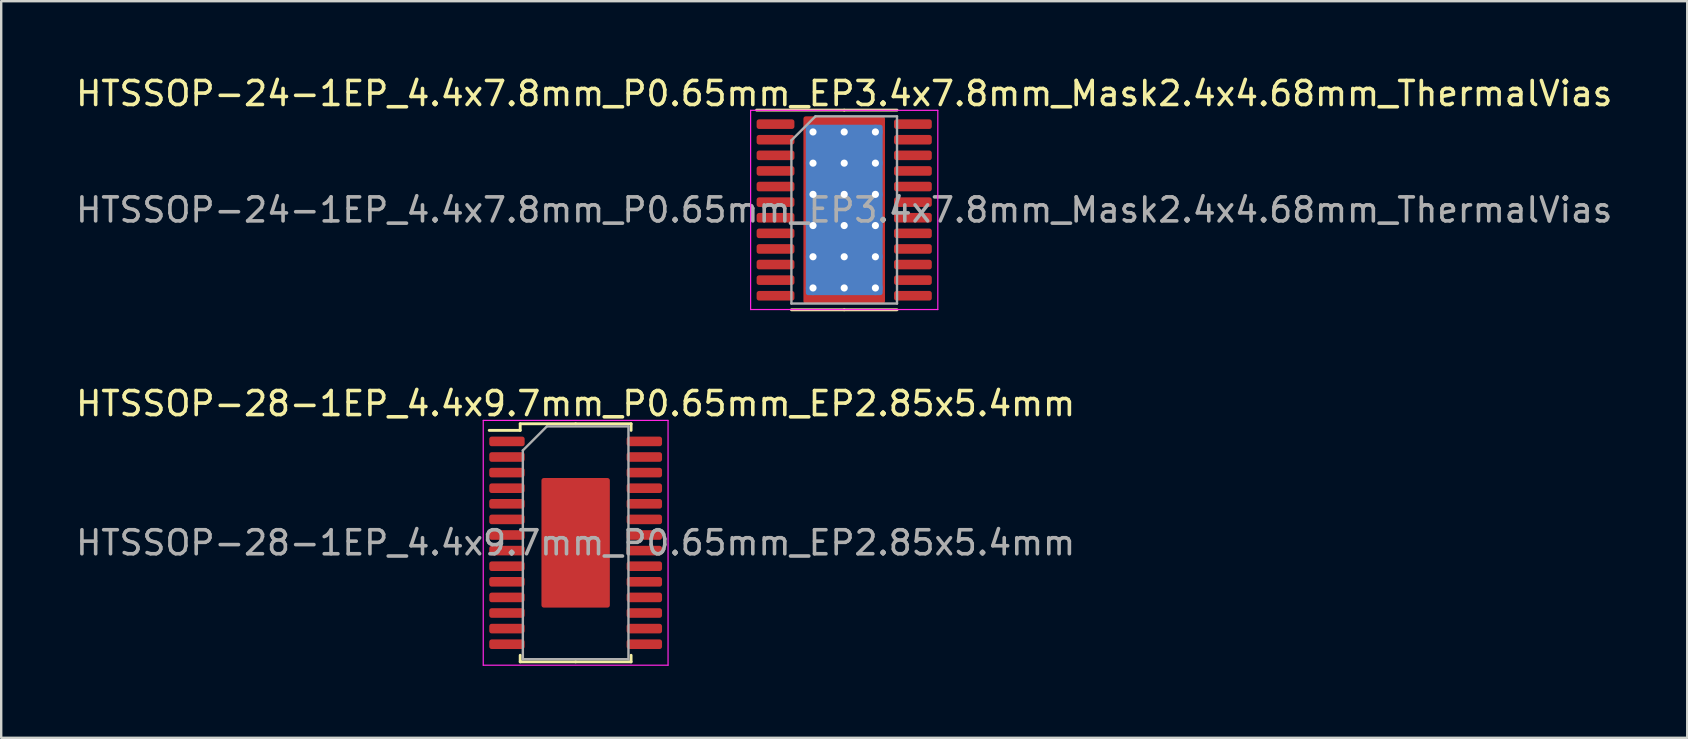
<source format=kicad_pcb>
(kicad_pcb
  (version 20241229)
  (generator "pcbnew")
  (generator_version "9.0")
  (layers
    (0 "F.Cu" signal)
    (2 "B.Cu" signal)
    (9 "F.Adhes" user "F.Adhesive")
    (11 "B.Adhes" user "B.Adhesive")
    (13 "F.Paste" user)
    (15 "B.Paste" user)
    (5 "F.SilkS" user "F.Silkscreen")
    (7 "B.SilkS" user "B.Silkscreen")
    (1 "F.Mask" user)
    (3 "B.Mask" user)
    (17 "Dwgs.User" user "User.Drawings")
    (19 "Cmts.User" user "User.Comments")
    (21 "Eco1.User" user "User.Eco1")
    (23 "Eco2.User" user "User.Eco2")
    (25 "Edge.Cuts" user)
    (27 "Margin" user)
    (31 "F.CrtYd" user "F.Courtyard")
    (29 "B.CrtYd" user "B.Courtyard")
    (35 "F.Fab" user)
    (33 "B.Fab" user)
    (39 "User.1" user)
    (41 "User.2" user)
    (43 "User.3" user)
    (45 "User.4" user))
  (footprint "HTSSOP-28-1EP_4.4x9.7mm_P0.65mm_EP2.85x5.4mm"
    (layer "F.Cu")
    (at 20.935 19.567)
    (property "Reference" "HTSSOP-28-1EP_4.4x9.7mm_P0.65mm_EP2.85x5.4mm" (at 0 -5.8 0) (layer "F.SilkS") (effects (font (size 1 1) (thickness 0.15))))
    (attr smd)
    (fp_line (start -2.31 -4.96) (end -2.31 -4.685) (stroke (width 0.12) (type solid)) (layer "F.SilkS"))
    (fp_line (start -2.31 -4.685) (end -3.6 -4.685) (stroke (width 0.12) (type solid)) (layer "F.SilkS"))
    (fp_line (start -2.31 4.96) (end -2.31 4.685) (stroke (width 0.12) (type solid)) (layer "F.SilkS"))
    (fp_line (start 0 -4.96) (end -2.31 -4.96) (stroke (width 0.12) (type solid)) (layer "F.SilkS"))
    (fp_line (start 0 -4.96) (end 2.31 -4.96) (stroke (width 0.12) (type solid)) (layer "F.SilkS"))
    (fp_line (start 0 4.96) (end -2.31 4.96) (stroke (width 0.12) (type solid)) (layer "F.SilkS"))
    (fp_line (start 0 4.96) (end 2.31 4.96) (stroke (width 0.12) (type solid)) (layer "F.SilkS"))
    (fp_line (start 2.31 -4.96) (end 2.31 -4.685) (stroke (width 0.12) (type solid)) (layer "F.SilkS"))
    (fp_line (start 2.31 4.96) (end 2.31 4.685) (stroke (width 0.12) (type solid)) (layer "F.SilkS"))
    (fp_line (start -3.85 -5.1) (end -3.85 5.1) (stroke (width 0.05) (type solid)) (layer "F.CrtYd"))
    (fp_line (start -3.85 5.1) (end 3.85 5.1) (stroke (width 0.05) (type solid)) (layer "F.CrtYd"))
    (fp_line (start 3.85 -5.1) (end -3.85 -5.1) (stroke (width 0.05) (type solid)) (layer "F.CrtYd"))
    (fp_line (start 3.85 5.1) (end 3.85 -5.1) (stroke (width 0.05) (type solid)) (layer "F.CrtYd"))
    (fp_line (start -2.2 -3.85) (end -1.2 -4.85) (stroke (width 0.1) (type solid)) (layer "F.Fab"))
    (fp_line (start -2.2 4.85) (end -2.2 -3.85) (stroke (width 0.1) (type solid)) (layer "F.Fab"))
    (fp_line (start -1.2 -4.85) (end 2.2 -4.85) (stroke (width 0.1) (type solid)) (layer "F.Fab"))
    (fp_line (start 2.2 -4.85) (end 2.2 4.85) (stroke (width 0.1) (type solid)) (layer "F.Fab"))
    (fp_line (start 2.2 4.85) (end -2.2 4.85) (stroke (width 0.1) (type solid)) (layer "F.Fab"))
    (fp_text user "${REFERENCE}" (at 0 0 0) (layer "F.Fab") (effects (font (size 1 1) (thickness 0.15))))
    (pad "" smd roundrect (at 0 0) (size 2.3 4.35) (layers "F.Paste") (roundrect_rratio 0.109))
    (pad "1" smd roundrect (at -2.862 -4.225) (size 1.475 0.4) (layers "F.Cu" "F.Mask" "F.Paste") (roundrect_rratio 0.25))
    (pad "2" smd roundrect (at -2.862 -3.575) (size 1.475 0.4) (layers "F.Cu" "F.Mask" "F.Paste") (roundrect_rratio 0.25))
    (pad "3" smd roundrect (at -2.862 -2.925) (size 1.475 0.4) (layers "F.Cu" "F.Mask" "F.Paste") (roundrect_rratio 0.25))
    (pad "4" smd roundrect (at -2.862 -2.275) (size 1.475 0.4) (layers "F.Cu" "F.Mask" "F.Paste") (roundrect_rratio 0.25))
    (pad "5" smd roundrect (at -2.862 -1.625) (size 1.475 0.4) (layers "F.Cu" "F.Mask" "F.Paste") (roundrect_rratio 0.25))
    (pad "6" smd roundrect (at -2.862 -0.975) (size 1.475 0.4) (layers "F.Cu" "F.Mask" "F.Paste") (roundrect_rratio 0.25))
    (pad "7" smd roundrect (at -2.862 -0.325) (size 1.475 0.4) (layers "F.Cu" "F.Mask" "F.Paste") (roundrect_rratio 0.25))
    (pad "8" smd roundrect (at -2.862 0.325) (size 1.475 0.4) (layers "F.Cu" "F.Mask" "F.Paste") (roundrect_rratio 0.25))
    (pad "9" smd roundrect (at -2.862 0.975) (size 1.475 0.4) (layers "F.Cu" "F.Mask" "F.Paste") (roundrect_rratio 0.25))
    (pad "10" smd roundrect (at -2.862 1.625) (size 1.475 0.4) (layers "F.Cu" "F.Mask" "F.Paste") (roundrect_rratio 0.25))
    (pad "11" smd roundrect (at -2.862 2.275) (size 1.475 0.4) (layers "F.Cu" "F.Mask" "F.Paste") (roundrect_rratio 0.25))
    (pad "12" smd roundrect (at -2.862 2.925) (size 1.475 0.4) (layers "F.Cu" "F.Mask" "F.Paste") (roundrect_rratio 0.25))
    (pad "13" smd roundrect (at -2.862 3.575) (size 1.475 0.4) (layers "F.Cu" "F.Mask" "F.Paste") (roundrect_rratio 0.25))
    (pad "14" smd roundrect (at -2.862 4.225) (size 1.475 0.4) (layers "F.Cu" "F.Mask" "F.Paste") (roundrect_rratio 0.25))
    (pad "15" smd roundrect (at 2.862 4.225) (size 1.475 0.4) (layers "F.Cu" "F.Mask" "F.Paste") (roundrect_rratio 0.25))
    (pad "16" smd roundrect (at 2.862 3.575) (size 1.475 0.4) (layers "F.Cu" "F.Mask" "F.Paste") (roundrect_rratio 0.25))
    (pad "17" smd roundrect (at 2.862 2.925) (size 1.475 0.4) (layers "F.Cu" "F.Mask" "F.Paste") (roundrect_rratio 0.25))
    (pad "18" smd roundrect (at 2.862 2.275) (size 1.475 0.4) (layers "F.Cu" "F.Mask" "F.Paste") (roundrect_rratio 0.25))
    (pad "19" smd roundrect (at 2.862 1.625) (size 1.475 0.4) (layers "F.Cu" "F.Mask" "F.Paste") (roundrect_rratio 0.25))
    (pad "20" smd roundrect (at 2.862 0.975) (size 1.475 0.4) (layers "F.Cu" "F.Mask" "F.Paste") (roundrect_rratio 0.25))
    (pad "21" smd roundrect (at 2.862 0.325) (size 1.475 0.4) (layers "F.Cu" "F.Mask" "F.Paste") (roundrect_rratio 0.25))
    (pad "22" smd roundrect (at 2.862 -0.325) (size 1.475 0.4) (layers "F.Cu" "F.Mask" "F.Paste") (roundrect_rratio 0.25))
    (pad "23" smd roundrect (at 2.862 -0.975) (size 1.475 0.4) (layers "F.Cu" "F.Mask" "F.Paste") (roundrect_rratio 0.25))
    (pad "24" smd roundrect (at 2.862 -1.625) (size 1.475 0.4) (layers "F.Cu" "F.Mask" "F.Paste") (roundrect_rratio 0.25))
    (pad "25" smd roundrect (at 2.862 -2.275) (size 1.475 0.4) (layers "F.Cu" "F.Mask" "F.Paste") (roundrect_rratio 0.25))
    (pad "26" smd roundrect (at 2.862 -2.925) (size 1.475 0.4) (layers "F.Cu" "F.Mask" "F.Paste") (roundrect_rratio 0.25))
    (pad "27" smd roundrect (at 2.862 -3.575) (size 1.475 0.4) (layers "F.Cu" "F.Mask" "F.Paste") (roundrect_rratio 0.25))
    (pad "28" smd roundrect (at 2.862 -4.225) (size 1.475 0.4) (layers "F.Cu" "F.Mask" "F.Paste") (roundrect_rratio 0.25))
    (pad "29" smd roundrect (at 0 0) (size 2.85 5.4) (layers "F.Cu" "F.Mask") (roundrect_rratio 0.035)))
  (footprint "HTSSOP-24-1EP_4.4x7.8mm_P0.65mm_EP3.4x7.8mm_Mask2.4x4.68mm_ThermalVias"
    (layer "F.Cu")
    (at 32.125 5.698)
    (property "Reference" "HTSSOP-24-1EP_4.4x7.8mm_P0.65mm_EP3.4x7.8mm_Mask2.4x4.68mm_ThermalVias" (at 0 -4.85 0) (layer "F.SilkS") (effects (font (size 1 1) (thickness 0.15))))
    (attr smd)
    (fp_line (start 0 -4.16) (end -3.65 -4.16) (stroke (width 0.12) (type solid)) (layer "F.SilkS"))
    (fp_line (start 0 -4.16) (end 2.2 -4.16) (stroke (width 0.12) (type solid)) (layer "F.SilkS"))
    (fp_line (start 0 4.16) (end -2.2 4.16) (stroke (width 0.12) (type solid)) (layer "F.SilkS"))
    (fp_line (start 0 4.16) (end 2.2 4.16) (stroke (width 0.12) (type solid)) (layer "F.SilkS"))
    (fp_line (start -3.9 -4.15) (end -3.9 4.15) (stroke (width 0.05) (type solid)) (layer "F.CrtYd"))
    (fp_line (start -3.9 4.15) (end 3.9 4.15) (stroke (width 0.05) (type solid)) (layer "F.CrtYd"))
    (fp_line (start 3.9 -4.15) (end -3.9 -4.15) (stroke (width 0.05) (type solid)) (layer "F.CrtYd"))
    (fp_line (start 3.9 4.15) (end 3.9 -4.15) (stroke (width 0.05) (type solid)) (layer "F.CrtYd"))
    (fp_line (start -2.2 -2.9) (end -1.2 -3.9) (stroke (width 0.1) (type solid)) (layer "F.Fab"))
    (fp_line (start -2.2 3.9) (end -2.2 -2.9) (stroke (width 0.1) (type solid)) (layer "F.Fab"))
    (fp_line (start -1.2 -3.9) (end 2.2 -3.9) (stroke (width 0.1) (type solid)) (layer "F.Fab"))
    (fp_line (start 2.2 -3.9) (end 2.2 3.9) (stroke (width 0.1) (type solid)) (layer "F.Fab"))
    (fp_line (start 2.2 3.9) (end -2.2 3.9) (stroke (width 0.1) (type solid)) (layer "F.Fab"))
    (fp_text user "${REFERENCE}" (at 0 0 0) (layer "F.Fab") (effects (font (size 1 1) (thickness 0.15))))
    (pad "" smd roundrect (at 0 -1.17) (size 1.93 1.89) (layers "F.Paste") (roundrect_rratio 0.132))
    (pad "" smd roundrect (at 0 0) (size 2.4 4.68) (layers "F.Mask") (roundrect_rratio 0.042))
    (pad "" smd roundrect (at 0 1.17) (size 1.93 1.89) (layers "F.Paste") (roundrect_rratio 0.132))
    (pad "1" smd roundrect (at -2.862 -3.575) (size 1.575 0.4) (layers "F.Cu" "F.Mask" "F.Paste") (roundrect_rratio 0.25))
    (pad "2" smd roundrect (at -2.862 -2.925) (size 1.575 0.4) (layers "F.Cu" "F.Mask" "F.Paste") (roundrect_rratio 0.25))
    (pad "3" smd roundrect (at -2.862 -2.275) (size 1.575 0.4) (layers "F.Cu" "F.Mask" "F.Paste") (roundrect_rratio 0.25))
    (pad "4" smd roundrect (at -2.862 -1.625) (size 1.575 0.4) (layers "F.Cu" "F.Mask" "F.Paste") (roundrect_rratio 0.25))
    (pad "5" smd roundrect (at -2.862 -0.975) (size 1.575 0.4) (layers "F.Cu" "F.Mask" "F.Paste") (roundrect_rratio 0.25))
    (pad "6" smd roundrect (at -2.862 -0.325) (size 1.575 0.4) (layers "F.Cu" "F.Mask" "F.Paste") (roundrect_rratio 0.25))
    (pad "7" smd roundrect (at -2.862 0.325) (size 1.575 0.4) (layers "F.Cu" "F.Mask" "F.Paste") (roundrect_rratio 0.25))
    (pad "8" smd roundrect (at -2.862 0.975) (size 1.575 0.4) (layers "F.Cu" "F.Mask" "F.Paste") (roundrect_rratio 0.25))
    (pad "9" smd roundrect (at -2.862 1.625) (size 1.575 0.4) (layers "F.Cu" "F.Mask" "F.Paste") (roundrect_rratio 0.25))
    (pad "10" smd roundrect (at -2.862 2.275) (size 1.575 0.4) (layers "F.Cu" "F.Mask" "F.Paste") (roundrect_rratio 0.25))
    (pad "11" smd roundrect (at -2.862 2.925) (size 1.575 0.4) (layers "F.Cu" "F.Mask" "F.Paste") (roundrect_rratio 0.25))
    (pad "12" smd roundrect (at -2.862 3.575) (size 1.575 0.4) (layers "F.Cu" "F.Mask" "F.Paste") (roundrect_rratio 0.25))
    (pad "13" smd roundrect (at 2.862 3.575) (size 1.575 0.4) (layers "F.Cu" "F.Mask" "F.Paste") (roundrect_rratio 0.25))
    (pad "14" smd roundrect (at 2.862 2.925) (size 1.575 0.4) (layers "F.Cu" "F.Mask" "F.Paste") (roundrect_rratio 0.25))
    (pad "15" smd roundrect (at 2.862 2.275) (size 1.575 0.4) (layers "F.Cu" "F.Mask" "F.Paste") (roundrect_rratio 0.25))
    (pad "16" smd roundrect (at 2.862 1.625) (size 1.575 0.4) (layers "F.Cu" "F.Mask" "F.Paste") (roundrect_rratio 0.25))
    (pad "17" smd roundrect (at 2.862 0.975) (size 1.575 0.4) (layers "F.Cu" "F.Mask" "F.Paste") (roundrect_rratio 0.25))
    (pad "18" smd roundrect (at 2.862 0.325) (size 1.575 0.4) (layers "F.Cu" "F.Mask" "F.Paste") (roundrect_rratio 0.25))
    (pad "19" smd roundrect (at 2.862 -0.325) (size 1.575 0.4) (layers "F.Cu" "F.Mask" "F.Paste") (roundrect_rratio 0.25))
    (pad "20" smd roundrect (at 2.862 -0.975) (size 1.575 0.4) (layers "F.Cu" "F.Mask" "F.Paste") (roundrect_rratio 0.25))
    (pad "21" smd roundrect (at 2.862 -1.625) (size 1.575 0.4) (layers "F.Cu" "F.Mask" "F.Paste") (roundrect_rratio 0.25))
    (pad "22" smd roundrect (at 2.862 -2.275) (size 1.575 0.4) (layers "F.Cu" "F.Mask" "F.Paste") (roundrect_rratio 0.25))
    (pad "23" smd roundrect (at 2.862 -2.925) (size 1.575 0.4) (layers "F.Cu" "F.Mask" "F.Paste") (roundrect_rratio 0.25))
    (pad "24" smd roundrect (at 2.862 -3.575) (size 1.575 0.4) (layers "F.Cu" "F.Mask" "F.Paste") (roundrect_rratio 0.25))
    (pad "25" thru_hole circle (at -1.3 -3.25) (size 0.6 0.6) (drill 0.3) (layers "*.Cu"))
    (pad "25" thru_hole circle (at -1.3 -1.95) (size 0.6 0.6) (drill 0.3) (layers "*.Cu"))
    (pad "25" thru_hole circle (at -1.3 -0.65) (size 0.6 0.6) (drill 0.3) (layers "*.Cu"))
    (pad "25" thru_hole circle (at -1.3 0.65) (size 0.6 0.6) (drill 0.3) (layers "*.Cu"))
    (pad "25" thru_hole circle (at -1.3 1.95) (size 0.6 0.6) (drill 0.3) (layers "*.Cu"))
    (pad "25" thru_hole circle (at -1.3 3.25) (size 0.6 0.6) (drill 0.3) (layers "*.Cu"))
    (pad "25" thru_hole circle (at 0 -3.25) (size 0.6 0.6) (drill 0.3) (layers "*.Cu"))
    (pad "25" thru_hole circle (at 0 -1.95) (size 0.6 0.6) (drill 0.3) (layers "*.Cu"))
    (pad "25" thru_hole circle (at 0 -0.65) (size 0.6 0.6) (drill 0.3) (layers "*.Cu"))
    (pad "25" smd roundrect (at 0 0) (size 3.2 7.1) (layers "B.Cu") (roundrect_rratio 0.031))
    (pad "25" smd roundrect (at 0 0) (size 3.4 7.8) (layers "F.Cu") (roundrect_rratio 0.029))
    (pad "25" thru_hole circle (at 0 0.65) (size 0.6 0.6) (drill 0.3) (layers "*.Cu"))
    (pad "25" thru_hole circle (at 0 1.95) (size 0.6 0.6) (drill 0.3) (layers "*.Cu"))
    (pad "25" thru_hole circle (at 0 3.25) (size 0.6 0.6) (drill 0.3) (layers "*.Cu"))
    (pad "25" thru_hole circle (at 1.3 -3.25) (size 0.6 0.6) (drill 0.3) (layers "*.Cu"))
    (pad "25" thru_hole circle (at 1.3 -1.95) (size 0.6 0.6) (drill 0.3) (layers "*.Cu"))
    (pad "25" thru_hole circle (at 1.3 -0.65) (size 0.6 0.6) (drill 0.3) (layers "*.Cu"))
    (pad "25" thru_hole circle (at 1.3 0.65) (size 0.6 0.6) (drill 0.3) (layers "*.Cu"))
    (pad "25" thru_hole circle (at 1.3 1.95) (size 0.6 0.6) (drill 0.3) (layers "*.Cu"))
    (pad "25" thru_hole circle (at 1.3 3.25) (size 0.6 0.6) (drill 0.3) (layers "*.Cu")))
  (gr_rect
    (start -3 -3)
    (end 67.25 27.692)
    (stroke (width 0.1) (type default))
    (fill no)
    (layer "Edge.Cuts")))
</source>
